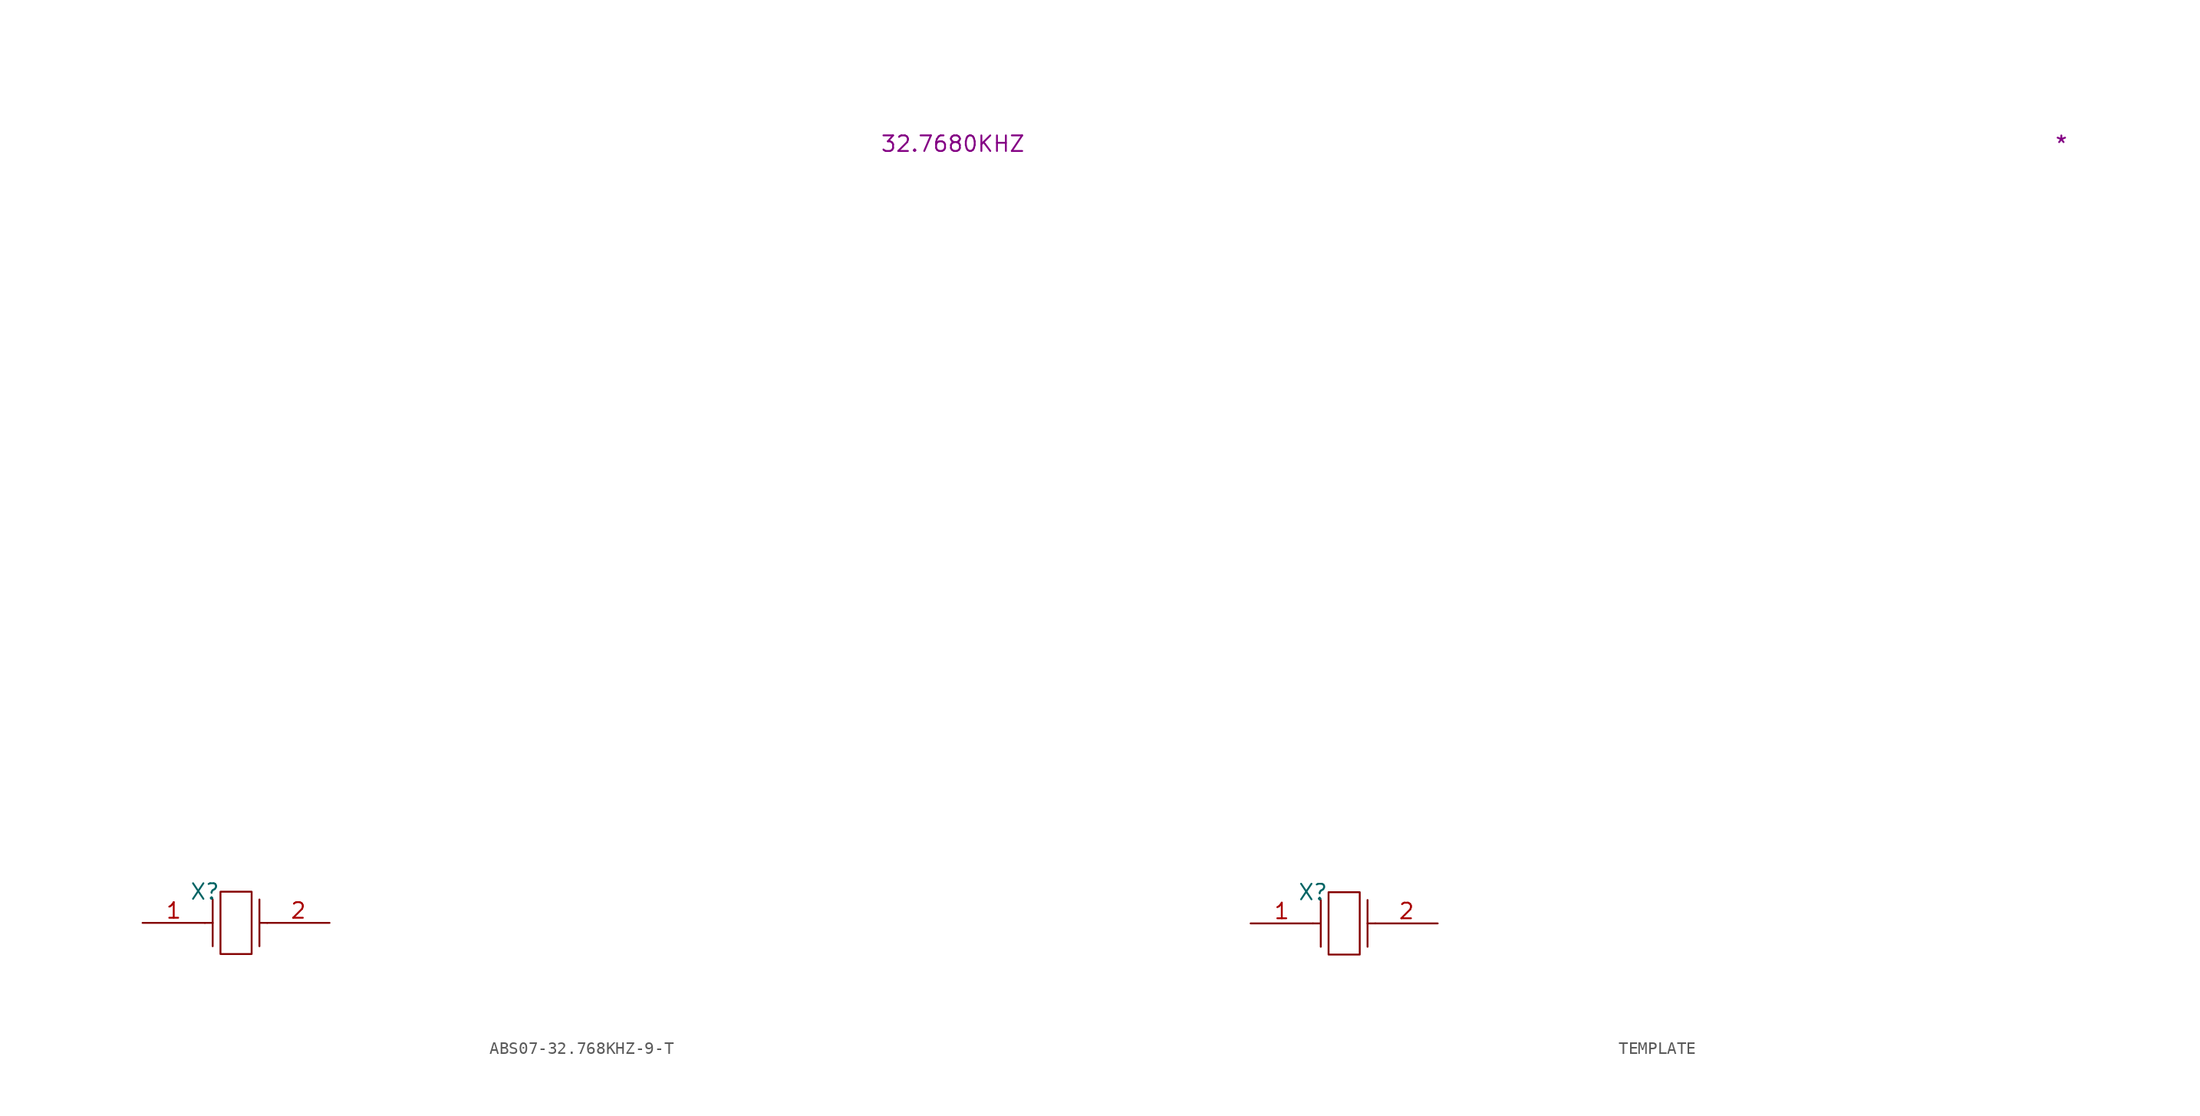
<source format=kicad_sym>
(kicad_symbol_lib
  (version 20231120)
  (generator "kicad_symbol_editor")
  (generator_version "8.0")
  (symbol "ABS07-32.768KHZ-9-T"
    (pin_names
      (offset 1.016))
    (property "Reference" "X"
      (at -2.54 2.54 0)
      (effects (font (size 1.27 1.27))))
    (property "_Value_" "32.7680KHZ"
      (at 58.42 63.5 0)
      (effects (font (size 1.27 1.27))))
    (symbol "ABS07-32.768KHZ-9-T_1_1"
      (rectangle (start -1.27 2.54) (end 1.27 -2.54) (stroke (width 0) (type default)) (fill (type none)))
      (polyline (pts (xy -1.905 0) (xy -2.54 0)) (stroke (width 0) (type default)) (fill (type none)))
      (polyline (pts (xy -1.905 1.905) (xy -1.905 -1.905)) (stroke (width 0) (type default)) (fill (type none)))
      (polyline (pts (xy 1.905 1.905) (xy 1.905 -1.905)) (stroke (width 0) (type default)) (fill (type none)))
      (polyline (pts (xy 2.54 0) (xy 1.905 0)) (stroke (width 0) (type default)) (fill (type none)))
      (pin passive line (at -7.62 0 0) (length 5.08) (name "~" (effects (font (size 1.27 1.27)))) (number "1" (effects (font (size 1.27 1.27)))))
      (pin passive line (at 7.62 0 180) (length 5.08) (name "~" (effects (font (size 1.27 1.27)))) (number "2" (effects (font (size 1.27 1.27)))))))
  (symbol "TEMPLATE"
    (pin_names
      (offset 1.016))
    (property "Reference" "X"
      (at -2.54 2.54 0)
      (effects (font (size 1.27 1.27))))
    (property "_Value_" "*"
      (at 58.42 63.5 0)
      (effects (font (size 1.27 1.27))))
    (symbol "TEMPLATE_1_1"
      (rectangle (start -1.27 2.54) (end 1.27 -2.54) (stroke (width 0) (type default)) (fill (type none)))
      (polyline (pts (xy -1.905 0) (xy -2.54 0)) (stroke (width 0) (type default)) (fill (type none)))
      (polyline (pts (xy -1.905 1.905) (xy -1.905 -1.905)) (stroke (width 0) (type default)) (fill (type none)))
      (polyline (pts (xy 1.905 1.905) (xy 1.905 -1.905)) (stroke (width 0) (type default)) (fill (type none)))
      (polyline (pts (xy 2.54 0) (xy 1.905 0)) (stroke (width 0) (type default)) (fill (type none)))
      (pin passive line (at -7.62 0 0) (length 5.08) (name "~" (effects (font (size 1.27 1.27)))) (number "1" (effects (font (size 1.27 1.27)))))
      (pin passive line (at 7.62 0 180) (length 5.08) (name "~" (effects (font (size 1.27 1.27)))) (number "2" (effects (font (size 1.27 1.27))))))))
</source>
